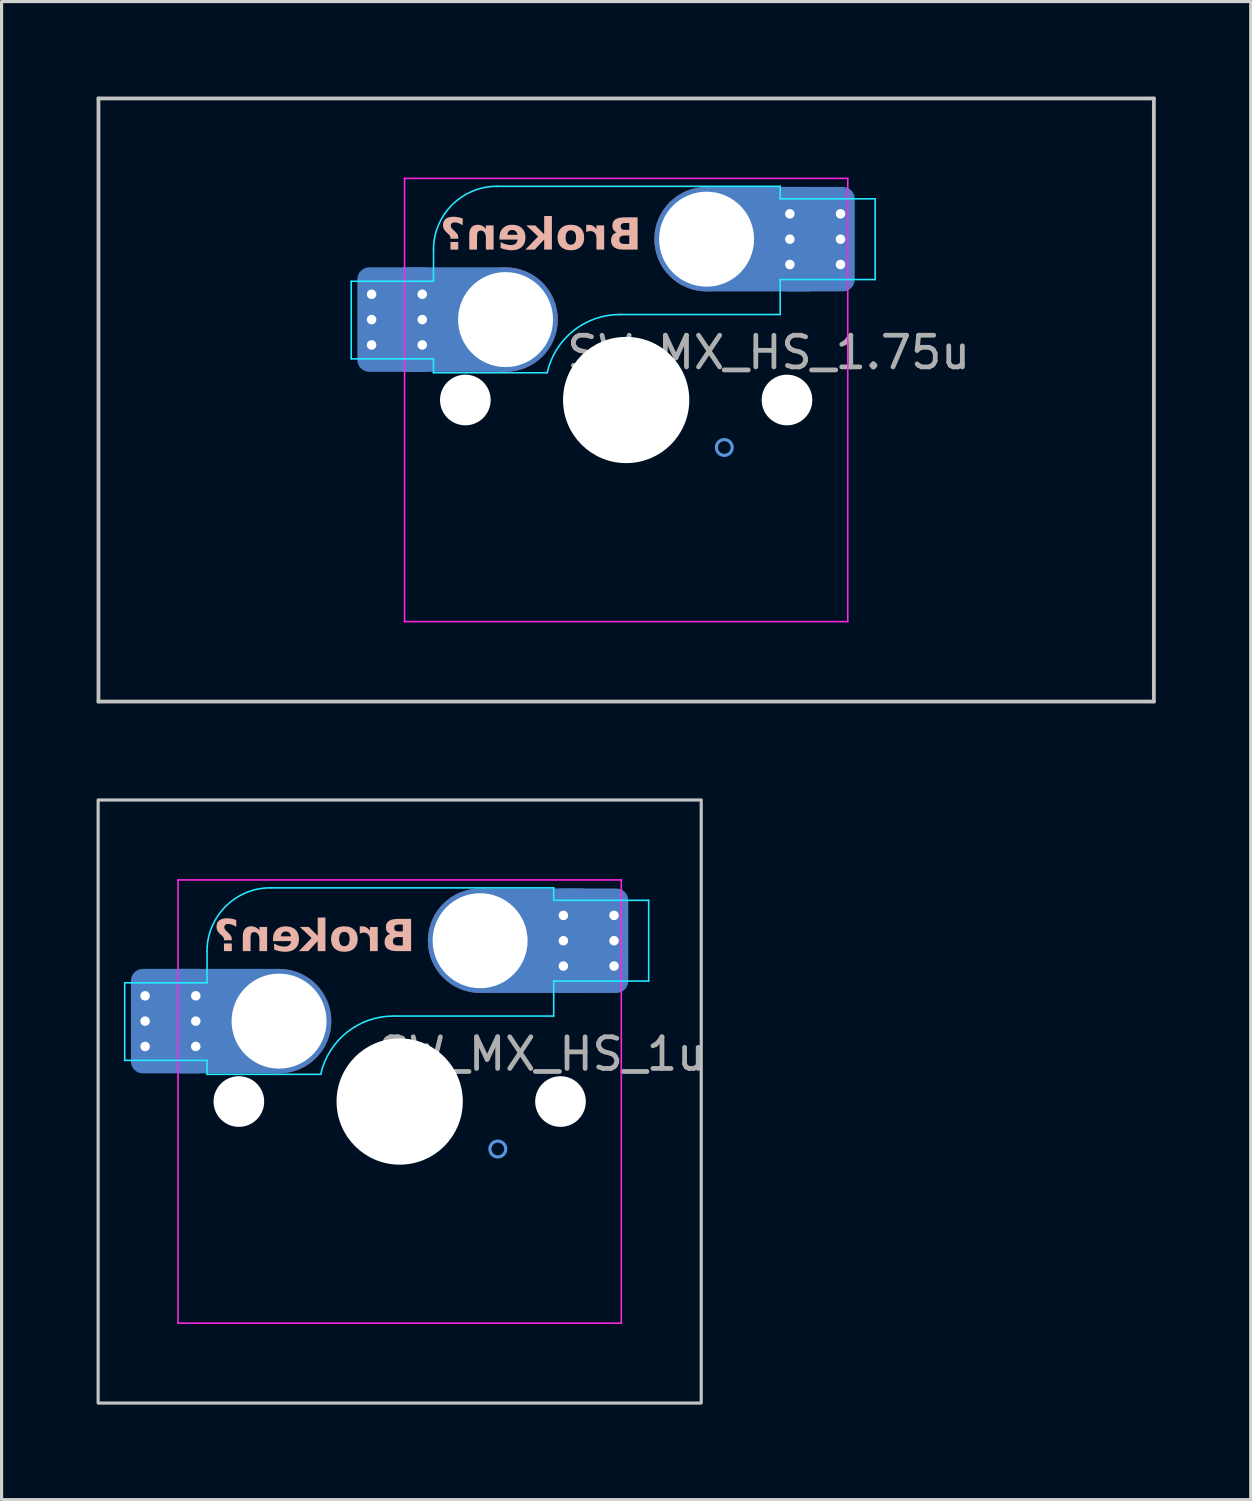
<source format=kicad_pcb>
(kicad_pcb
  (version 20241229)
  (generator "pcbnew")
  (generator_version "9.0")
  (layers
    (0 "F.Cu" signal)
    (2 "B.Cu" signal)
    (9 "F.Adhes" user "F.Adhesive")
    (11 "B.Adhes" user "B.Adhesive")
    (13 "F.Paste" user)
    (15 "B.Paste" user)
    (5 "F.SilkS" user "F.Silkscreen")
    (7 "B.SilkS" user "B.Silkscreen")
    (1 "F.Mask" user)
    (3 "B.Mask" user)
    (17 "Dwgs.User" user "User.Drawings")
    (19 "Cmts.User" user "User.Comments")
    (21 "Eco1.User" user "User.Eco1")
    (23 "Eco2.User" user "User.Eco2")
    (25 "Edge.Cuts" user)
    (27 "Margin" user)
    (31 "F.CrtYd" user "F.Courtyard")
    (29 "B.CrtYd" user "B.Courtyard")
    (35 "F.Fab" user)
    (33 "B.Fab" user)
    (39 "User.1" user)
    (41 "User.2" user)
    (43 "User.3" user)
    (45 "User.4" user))
  (footprint "SW_MX_HS_1u"
    (layer "F.Cu")
    (at 9.575 31.745)
    (property "Reference" "SW_MX_HS_1u" (at 4.5 -1.5 0) (layer "F.Fab") (effects (font (size 1 1) (thickness 0.15))))
    (attr smd)
    (fp_rect (start -9.525 -9.525) (end 9.525 9.525) (stroke (width 0.1) (type default)) (fill no) (layer "Dwgs.User"))
    (fp_circle (center -3.81 -2.54) (end -3.81 -3.04) (stroke (width 0.1) (type default)) (fill no) (layer "Cmts.User"))
    (fp_circle (center 2.54 -5.08) (end 2.54 -5.58) (stroke (width 0.1) (type default)) (fill no) (layer "Cmts.User"))
    (fp_circle (center 3.1 1.5) (end 3.35 1.5) (stroke (width 0.1) (type default)) (fill no) (layer "Cmts.User"))
    (fp_line (start -7 6.5) (end -7 -6.5) (stroke (width 0.05) (type solid)) (layer "Eco2.User"))
    (fp_line (start -6.5 -7) (end 6.5 -7) (stroke (width 0.05) (type solid)) (layer "Eco2.User"))
    (fp_line (start 6.5 7) (end -6.5 7) (stroke (width 0.05) (type solid)) (layer "Eco2.User"))
    (fp_line (start 7 -6.5) (end 7 6.5) (stroke (width 0.05) (type solid)) (layer "Eco2.User"))
    (fp_arc (start -7 -6.5) (mid -6.853553 -6.853553) (end -6.5 -7) (stroke (width 0.05) (type solid)) (layer "Eco2.User"))
    (fp_arc (start -6.5 7) (mid -6.853553 6.853553) (end -7 6.5) (stroke (width 0.05) (type solid)) (layer "Eco2.User"))
    (fp_arc (start 6.5 -7) (mid 6.853553 -6.853553) (end 7 -6.5) (stroke (width 0.05) (type solid)) (layer "Eco2.User"))
    (fp_arc (start 6.997236 6.498884) (mid 6.850805 6.852453) (end 6.497236 6.998884) (stroke (width 0.05) (type solid)) (layer "Eco2.User"))
    (fp_line (start -8.685 -3.75) (end -8.685 -1.3) (stroke (width 0.05) (type solid)) (layer "B.CrtYd"))
    (fp_line (start -8.685 -1.3) (end -6.085 -1.3) (stroke (width 0.05) (type solid)) (layer "B.CrtYd"))
    (fp_line (start -6.085 -3.75) (end -8.685 -3.75) (stroke (width 0.05) (type solid)) (layer "B.CrtYd"))
    (fp_line (start -6.085 -3.75) (end -6.085 -4.75) (stroke (width 0.05) (type solid)) (layer "B.CrtYd"))
    (fp_line (start -6.085 -1.3) (end -6.085 -0.86) (stroke (width 0.05) (type solid)) (layer "B.CrtYd"))
    (fp_line (start -6.085 -0.86) (end -2.494 -0.86) (stroke (width 0.05) (type solid)) (layer "B.CrtYd"))
    (fp_line (start -4.085 -6.75) (end 4.865 -6.75) (stroke (width 0.05) (type solid)) (layer "B.CrtYd"))
    (fp_line (start 4.865 -6.75) (end 4.865 -6.355) (stroke (width 0.05) (type solid)) (layer "B.CrtYd"))
    (fp_line (start 4.865 -6.355) (end 7.865 -6.355) (stroke (width 0.05) (type solid)) (layer "B.CrtYd"))
    (fp_line (start 4.865 -3.805) (end 4.865 -2.7) (stroke (width 0.05) (type solid)) (layer "B.CrtYd"))
    (fp_line (start 4.865 -3.805) (end 7.865 -3.805) (stroke (width 0.05) (type solid)) (layer "B.CrtYd"))
    (fp_line (start 4.865 -2.7) (end -0.2 -2.7) (stroke (width 0.05) (type solid)) (layer "B.CrtYd"))
    (fp_line (start 7.865 -3.805) (end 7.865 -6.355) (stroke (width 0.05) (type solid)) (layer "B.CrtYd"))
    (fp_arc (start -6.085176 -4.75022) (mid -5.49939 -6.164434) (end -4.085176 -6.75022) (stroke (width 0.05) (type solid)) (layer "B.CrtYd"))
    (fp_arc (start -2.494322 -0.86022) (mid -1.670503 -2.183399) (end -0.2 -2.70022) (stroke (width 0.05) (type solid)) (layer "B.CrtYd"))
    (fp_line (start -7 -7) (end -7 7) (stroke (width 0.05) (type solid)) (layer "F.CrtYd"))
    (fp_line (start -7 7) (end 7 7) (stroke (width 0.05) (type solid)) (layer "F.CrtYd"))
    (fp_line (start 7 -7) (end -7 -7) (stroke (width 0.05) (type solid)) (layer "F.CrtYd"))
    (fp_line (start 7 7) (end 7 -7) (stroke (width 0.05) (type solid)) (layer "F.CrtYd"))
    (fp_text user "Broken?" (at 0.49 -4.58 0) (unlocked yes) (layer "B.SilkS") (effects (font (face "Hitmo2.0") (size 1 1) (thickness 0.25) (bold yes)) (justify left bottom mirror)))
    (pad "" np_thru_hole circle (at -5.08 0) (size 1.6 1.6) (drill 1.6) (layers "*.Cu" "*.Mask"))
    (pad "" np_thru_hole circle (at 0 0) (size 3.988 3.988) (drill 3.988) (layers "*.Cu" "*.Mask"))
    (pad "" np_thru_hole circle (at 5.08 0) (size 1.6 1.6) (drill 1.6) (layers "*.Cu" "*.Mask"))
    (pad "1" thru_hole circle (at -8.041 -3.34 180) (size 0.6 0.6) (drill 0.3) (layers "*.Cu"))
    (pad "1" thru_hole circle (at -8.041 -2.54 180) (size 0.6 0.6) (drill 0.3) (layers "*.Cu"))
    (pad "1" thru_hole circle (at -8.041 -1.74 180) (size 0.6 0.6) (drill 0.3) (layers "*.Cu"))
    (pad "1" smd roundrect (at -7.241 -2.54 180) (size 2.2 3) (layers "B.Cu" "B.Mask" "B.Paste") (roundrect_rratio 0.114))
    (pad "1" smd roundrect (at -7.241 -2.54 180) (size 2.5 3.3) (layers "B.Cu") (roundrect_rratio 0.148))
    (pad "1" thru_hole circle (at -6.441 -3.34 180) (size 0.6 0.6) (drill 0.3) (layers "*.Cu"))
    (pad "1" thru_hole circle (at -6.441 -2.54 180) (size 0.6 0.6) (drill 0.3) (layers "*.Cu"))
    (pad "1" thru_hole circle (at -6.441 -1.74 180) (size 0.6 0.6) (drill 0.3) (layers "*.Cu"))
    (pad "1" smd rect (at -5.423 -2.54 180) (size 3.226 3.3) (layers "B.Cu"))
    (pad "1" thru_hole circle (at -3.81 -2.54 180) (size 3 3) (drill 3) (layers "*.Cu" "*.Mask"))
    (pad "1" smd circle (at -3.81 -2.54 180) (size 3.3 3.3) (layers "F.Cu"))
    (pad "1" smd circle (at -3.81 -2.54 180) (size 3.3 3.3) (layers "B.Cu"))
    (pad "2" thru_hole circle (at 2.54 -5.08) (size 3 3) (drill 3) (layers "*.Cu" "*.Mask"))
    (pad "2" smd circle (at 2.54 -5.08 180) (size 3.3 3.3) (layers "F.Cu"))
    (pad "2" smd circle (at 2.54 -5.08 180) (size 3.3 3.3) (layers "B.Cu"))
    (pad "2" smd rect (at 4.201 -5.08) (size 3.226 3.3) (layers "B.Cu"))
    (pad "2" thru_hole circle (at 5.171 -5.88) (size 0.6 0.6) (drill 0.3) (layers "*.Cu"))
    (pad "2" thru_hole circle (at 5.171 -5.08) (size 0.6 0.6) (drill 0.3) (layers "*.Cu"))
    (pad "2" thru_hole circle (at 5.171 -4.28) (size 0.6 0.6) (drill 0.3) (layers "*.Cu"))
    (pad "2" smd roundrect (at 5.971 -5.08) (size 2.2 3) (layers "B.Cu" "B.Mask" "B.Paste") (roundrect_rratio 0.114))
    (pad "2" smd roundrect (at 5.971 -5.08) (size 2.5 3.3) (layers "B.Cu") (roundrect_rratio 0.148))
    (pad "2" thru_hole circle (at 6.771 -5.88) (size 0.6 0.6) (drill 0.3) (layers "*.Cu"))
    (pad "2" thru_hole circle (at 6.771 -5.08) (size 0.6 0.6) (drill 0.3) (layers "*.Cu"))
    (pad "2" thru_hole circle (at 6.771 -4.28) (size 0.6 0.6) (drill 0.3) (layers "*.Cu")))
  (footprint "SW_MX_HS_1.75u"
    (layer "F.Cu")
    (at 16.729 9.585)
    (property "Reference" "SW_MX_HS_1.75u" (at 4.5 -1.5 0) (layer "F.Fab") (effects (font (size 1 1) (thickness 0.15))))
    (attr smd)
    (fp_line (start -16.669 -9.525) (end -16.669 9.525) (stroke (width 0.12) (type solid)) (layer "Dwgs.User"))
    (fp_line (start -16.669 9.525) (end 16.669 9.525) (stroke (width 0.12) (type solid)) (layer "Dwgs.User"))
    (fp_line (start 16.669 -9.525) (end -16.669 -9.525) (stroke (width 0.12) (type solid)) (layer "Dwgs.User"))
    (fp_line (start 16.669 9.525) (end 16.669 -9.525) (stroke (width 0.12) (type solid)) (layer "Dwgs.User"))
    (fp_circle (center -3.81 -2.54) (end -3.81 -3.04) (stroke (width 0.1) (type default)) (fill no) (layer "Cmts.User"))
    (fp_circle (center 2.54 -5.08) (end 2.54 -5.58) (stroke (width 0.1) (type default)) (fill no) (layer "Cmts.User"))
    (fp_circle (center 3.1 1.5) (end 3.35 1.5) (stroke (width 0.1) (type default)) (fill no) (layer "Cmts.User"))
    (fp_line (start -7 6.5) (end -7 -6.5) (stroke (width 0.05) (type solid)) (layer "Eco2.User"))
    (fp_line (start -6.5 -7) (end 6.5 -7) (stroke (width 0.05) (type solid)) (layer "Eco2.User"))
    (fp_line (start 6.5 7) (end -6.5 7) (stroke (width 0.05) (type solid)) (layer "Eco2.User"))
    (fp_line (start 7 -6.5) (end 7 6.5) (stroke (width 0.05) (type solid)) (layer "Eco2.User"))
    (fp_arc (start -7 -6.5) (mid -6.853553 -6.853553) (end -6.5 -7) (stroke (width 0.05) (type solid)) (layer "Eco2.User"))
    (fp_arc (start -6.5 7) (mid -6.853553 6.853553) (end -7 6.5) (stroke (width 0.05) (type solid)) (layer "Eco2.User"))
    (fp_arc (start 6.5 -7) (mid 6.853553 -6.853553) (end 7 -6.5) (stroke (width 0.05) (type solid)) (layer "Eco2.User"))
    (fp_arc (start 6.997236 6.498884) (mid 6.850805 6.852453) (end 6.497236 6.998884) (stroke (width 0.05) (type solid)) (layer "Eco2.User"))
    (fp_line (start -8.685 -3.75) (end -8.685 -1.3) (stroke (width 0.05) (type solid)) (layer "B.CrtYd"))
    (fp_line (start -8.685 -1.3) (end -6.085 -1.3) (stroke (width 0.05) (type solid)) (layer "B.CrtYd"))
    (fp_line (start -6.085 -3.75) (end -8.685 -3.75) (stroke (width 0.05) (type solid)) (layer "B.CrtYd"))
    (fp_line (start -6.085 -3.75) (end -6.085 -4.75) (stroke (width 0.05) (type solid)) (layer "B.CrtYd"))
    (fp_line (start -6.085 -1.3) (end -6.085 -0.86) (stroke (width 0.05) (type solid)) (layer "B.CrtYd"))
    (fp_line (start -6.085 -0.86) (end -2.494 -0.86) (stroke (width 0.05) (type solid)) (layer "B.CrtYd"))
    (fp_line (start -4.085 -6.75) (end 4.865 -6.75) (stroke (width 0.05) (type solid)) (layer "B.CrtYd"))
    (fp_line (start 4.865 -6.75) (end 4.865 -6.355) (stroke (width 0.05) (type solid)) (layer "B.CrtYd"))
    (fp_line (start 4.865 -6.355) (end 7.865 -6.355) (stroke (width 0.05) (type solid)) (layer "B.CrtYd"))
    (fp_line (start 4.865 -3.805) (end 4.865 -2.7) (stroke (width 0.05) (type solid)) (layer "B.CrtYd"))
    (fp_line (start 4.865 -3.805) (end 7.865 -3.805) (stroke (width 0.05) (type solid)) (layer "B.CrtYd"))
    (fp_line (start 4.865 -2.7) (end -0.2 -2.7) (stroke (width 0.05) (type solid)) (layer "B.CrtYd"))
    (fp_line (start 7.865 -3.805) (end 7.865 -6.355) (stroke (width 0.05) (type solid)) (layer "B.CrtYd"))
    (fp_arc (start -6.085176 -4.75022) (mid -5.49939 -6.164434) (end -4.085176 -6.75022) (stroke (width 0.05) (type solid)) (layer "B.CrtYd"))
    (fp_arc (start -2.494322 -0.86022) (mid -1.670503 -2.183399) (end -0.2 -2.70022) (stroke (width 0.05) (type solid)) (layer "B.CrtYd"))
    (fp_line (start -7 -7) (end -7 7) (stroke (width 0.05) (type solid)) (layer "F.CrtYd"))
    (fp_line (start -7 7) (end 7 7) (stroke (width 0.05) (type solid)) (layer "F.CrtYd"))
    (fp_line (start 7 -7) (end -7 -7) (stroke (width 0.05) (type solid)) (layer "F.CrtYd"))
    (fp_line (start 7 7) (end 7 -7) (stroke (width 0.05) (type solid)) (layer "F.CrtYd"))
    (fp_text user "Broken?" (at 0.49 -4.58 0) (unlocked yes) (layer "B.SilkS") (effects (font (face "Hitmo2.0") (size 1 1) (thickness 0.25) (bold yes)) (justify left bottom mirror)))
    (pad "" np_thru_hole circle (at -5.08 0) (size 1.6 1.6) (drill 1.6) (layers "*.Cu" "*.Mask"))
    (pad "" np_thru_hole circle (at 0 0) (size 3.988 3.988) (drill 3.988) (layers "*.Cu" "*.Mask"))
    (pad "" np_thru_hole circle (at 5.08 0) (size 1.6 1.6) (drill 1.6) (layers "*.Cu" "*.Mask"))
    (pad "1" thru_hole circle (at -8.041 -3.34 180) (size 0.6 0.6) (drill 0.3) (layers "*.Cu"))
    (pad "1" thru_hole circle (at -8.041 -2.54 180) (size 0.6 0.6) (drill 0.3) (layers "*.Cu"))
    (pad "1" thru_hole circle (at -8.041 -1.74 180) (size 0.6 0.6) (drill 0.3) (layers "*.Cu"))
    (pad "1" smd roundrect (at -7.241 -2.54 180) (size 2.2 3) (layers "B.Cu" "B.Mask" "B.Paste") (roundrect_rratio 0.114))
    (pad "1" smd roundrect (at -7.241 -2.54 180) (size 2.5 3.3) (layers "B.Cu") (roundrect_rratio 0.148))
    (pad "1" thru_hole circle (at -6.441 -3.34 180) (size 0.6 0.6) (drill 0.3) (layers "*.Cu"))
    (pad "1" thru_hole circle (at -6.441 -2.54 180) (size 0.6 0.6) (drill 0.3) (layers "*.Cu"))
    (pad "1" thru_hole circle (at -6.441 -1.74 180) (size 0.6 0.6) (drill 0.3) (layers "*.Cu"))
    (pad "1" smd rect (at -5.423 -2.54 180) (size 3.226 3.3) (layers "B.Cu"))
    (pad "1" thru_hole circle (at -3.81 -2.54 180) (size 3 3) (drill 3) (layers "*.Cu" "*.Mask"))
    (pad "1" smd circle (at -3.81 -2.54 180) (size 3.3 3.3) (layers "F.Cu"))
    (pad "1" smd circle (at -3.81 -2.54 180) (size 3.3 3.3) (layers "B.Cu"))
    (pad "2" thru_hole circle (at 2.54 -5.08) (size 3 3) (drill 3) (layers "*.Cu" "*.Mask"))
    (pad "2" smd circle (at 2.54 -5.08 180) (size 3.3 3.3) (layers "F.Cu"))
    (pad "2" smd circle (at 2.54 -5.08 180) (size 3.3 3.3) (layers "B.Cu"))
    (pad "2" smd rect (at 4.201 -5.08) (size 3.226 3.3) (layers "B.Cu"))
    (pad "2" thru_hole circle (at 5.171 -5.88) (size 0.6 0.6) (drill 0.3) (layers "*.Cu"))
    (pad "2" thru_hole circle (at 5.171 -5.08) (size 0.6 0.6) (drill 0.3) (layers "*.Cu"))
    (pad "2" thru_hole circle (at 5.171 -4.28) (size 0.6 0.6) (drill 0.3) (layers "*.Cu"))
    (pad "2" smd roundrect (at 5.971 -5.08) (size 2.2 3) (layers "B.Cu" "B.Mask" "B.Paste") (roundrect_rratio 0.114))
    (pad "2" smd roundrect (at 5.971 -5.08) (size 2.5 3.3) (layers "B.Cu") (roundrect_rratio 0.148))
    (pad "2" thru_hole circle (at 6.771 -5.88) (size 0.6 0.6) (drill 0.3) (layers "*.Cu"))
    (pad "2" thru_hole circle (at 6.771 -5.08) (size 0.6 0.6) (drill 0.3) (layers "*.Cu"))
    (pad "2" thru_hole circle (at 6.771 -4.28) (size 0.6 0.6) (drill 0.3) (layers "*.Cu")))
  (gr_rect
    (start -3 -3)
    (end 36.458 44.32)
    (stroke (width 0.1) (type default))
    (fill no)
    (layer "Edge.Cuts")))
</source>
